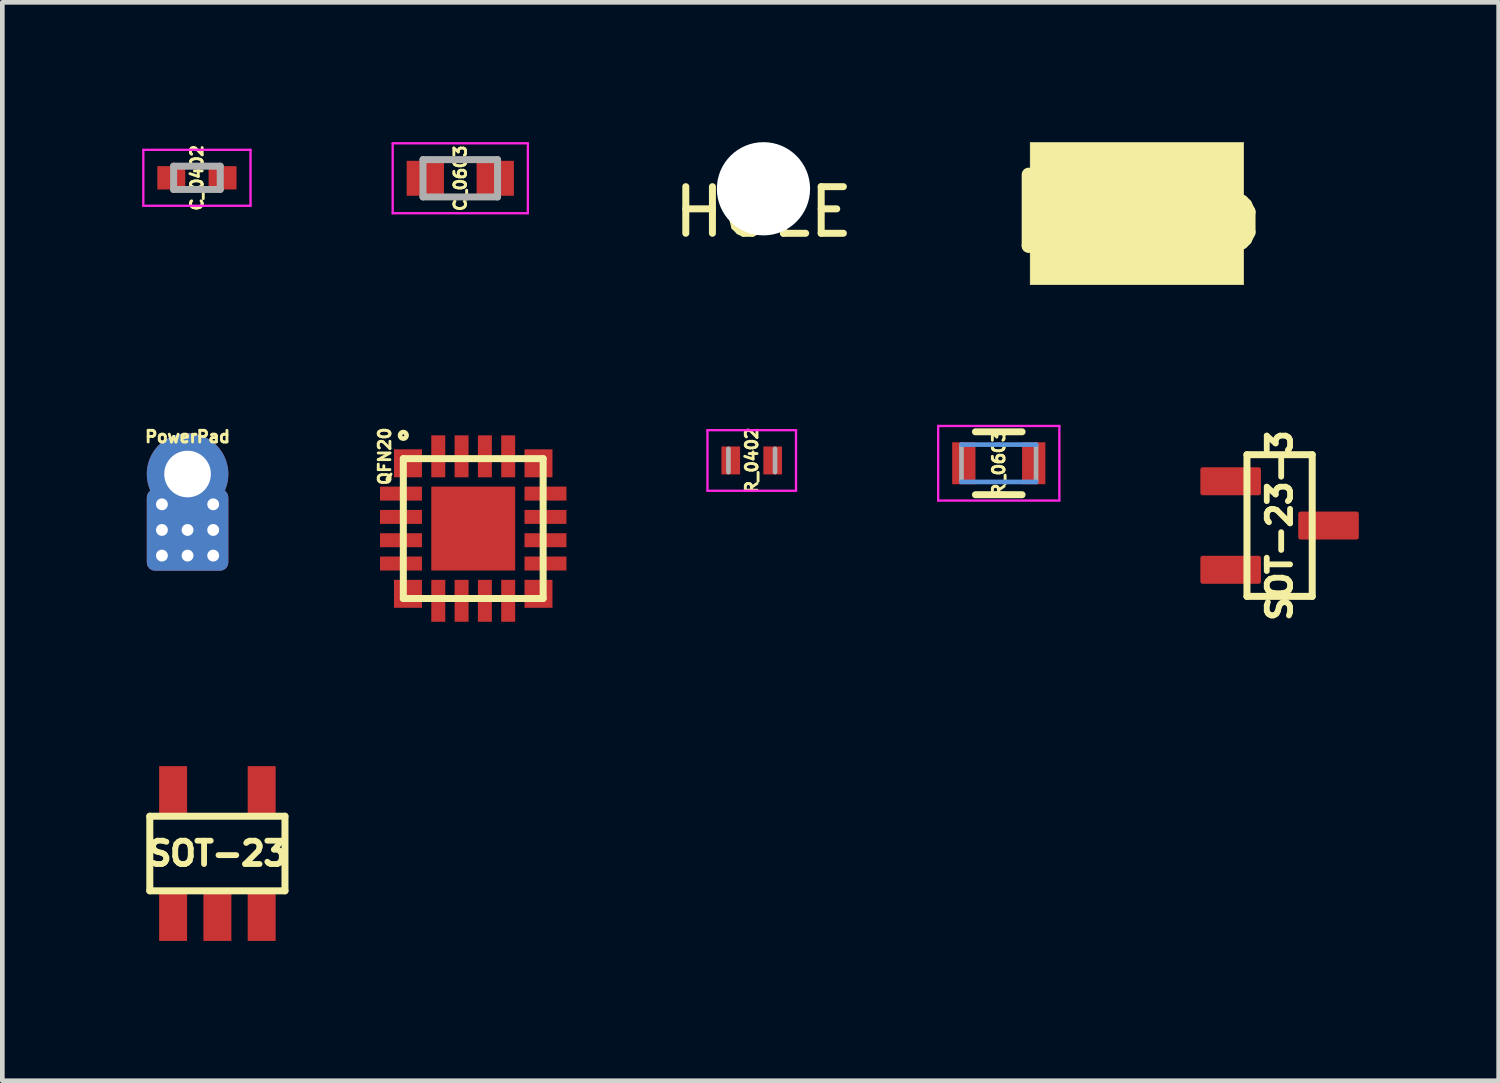
<source format=kicad_pcb>
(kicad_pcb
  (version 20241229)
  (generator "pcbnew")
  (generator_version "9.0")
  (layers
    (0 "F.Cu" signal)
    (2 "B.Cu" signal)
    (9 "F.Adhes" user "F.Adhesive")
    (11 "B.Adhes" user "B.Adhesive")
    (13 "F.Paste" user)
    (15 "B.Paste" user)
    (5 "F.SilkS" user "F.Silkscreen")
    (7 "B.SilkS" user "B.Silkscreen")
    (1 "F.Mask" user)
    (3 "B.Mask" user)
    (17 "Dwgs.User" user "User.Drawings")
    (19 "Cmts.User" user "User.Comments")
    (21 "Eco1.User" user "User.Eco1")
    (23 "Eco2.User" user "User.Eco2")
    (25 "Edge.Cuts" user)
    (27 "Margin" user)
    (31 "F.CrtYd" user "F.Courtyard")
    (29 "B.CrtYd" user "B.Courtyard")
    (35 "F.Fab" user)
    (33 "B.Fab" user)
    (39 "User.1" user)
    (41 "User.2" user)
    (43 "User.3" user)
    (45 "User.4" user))
  (footprint "C_0603"
    (layer "F.Cu")
    (at 6.825 0.775)
    (property "Reference" "C_0603" (at 0 0 90) (layer "F.SilkS") (effects (font (size 0.25 0.25) (thickness 0.062))))
    (attr smd)
    (fp_line (start -1.45 -0.75) (end -1.45 0.75) (stroke (width 0.05) (type solid)) (layer "F.CrtYd"))
    (fp_line (start -1.45 -0.75) (end 1.45 -0.75) (stroke (width 0.05) (type solid)) (layer "F.CrtYd"))
    (fp_line (start -1.45 0.75) (end 1.45 0.75) (stroke (width 0.05) (type solid)) (layer "F.CrtYd"))
    (fp_line (start 1.45 -0.75) (end 1.45 0.75) (stroke (width 0.05) (type solid)) (layer "F.CrtYd"))
    (fp_line (start -0.8 -0.4) (end 0.8 -0.4) (stroke (width 0.15) (type solid)) (layer "F.Fab"))
    (fp_line (start -0.8 0.4) (end -0.8 -0.4) (stroke (width 0.15) (type solid)) (layer "F.Fab"))
    (fp_line (start 0.8 -0.4) (end 0.8 0.4) (stroke (width 0.15) (type solid)) (layer "F.Fab"))
    (fp_line (start 0.8 0.4) (end -0.8 0.4) (stroke (width 0.15) (type solid)) (layer "F.Fab"))
    (pad "1" smd rect (at -0.75 0) (size 0.8 0.75) (layers "F.Cu" "F.Mask" "F.Paste"))
    (pad "2" smd rect (at 0.75 0) (size 0.8 0.75) (layers "F.Cu" "F.Mask" "F.Paste")))
  (footprint "QFN20"
    (layer "F.Cu")
    (at 7.103 8.29)
    (property "Reference" "QFN20" (at -1.9 -1.55 90) (layer "F.SilkS") (effects (font (size 0.25 0.25) (thickness 0.062))))
    (attr through_hole)
    (fp_line (start -1.5 -1.5) (end -1.5 1.5) (stroke (width 0.15) (type solid)) (layer "F.SilkS"))
    (fp_line (start -1.5 1.5) (end 1.5 1.5) (stroke (width 0.15) (type solid)) (layer "F.SilkS"))
    (fp_line (start 1.5 -1.5) (end -1.5 -1.5) (stroke (width 0.15) (type solid)) (layer "F.SilkS"))
    (fp_line (start 1.5 1.5) (end 1.5 -1.5) (stroke (width 0.15) (type solid)) (layer "F.SilkS"))
    (fp_circle (center -1.5 -2) (end -1.45 -1.95) (stroke (width 0.1) (type solid)) (fill no) (layer "F.SilkS"))
    (pad "1" smd rect (at -1.4 -1.4) (size 0.6 0.6) (layers "F.Cu" "F.Mask" "F.Paste"))
    (pad "2" smd rect (at -1.55 -0.75) (size 0.9 0.3) (layers "F.Cu" "F.Mask" "F.Paste"))
    (pad "3" smd rect (at -1.55 -0.25) (size 0.9 0.3) (layers "F.Cu" "F.Mask" "F.Paste"))
    (pad "4" smd rect (at -1.55 0.25) (size 0.9 0.3) (layers "F.Cu" "F.Mask" "F.Paste"))
    (pad "5" smd rect (at -1.55 0.75) (size 0.9 0.3) (layers "F.Cu" "F.Mask" "F.Paste"))
    (pad "6" smd rect (at -1.4 1.4) (size 0.6 0.6) (layers "F.Cu" "F.Mask" "F.Paste"))
    (pad "7" smd rect (at -0.75 1.55) (size 0.3 0.9) (layers "F.Cu" "F.Mask" "F.Paste"))
    (pad "8" smd rect (at -0.25 1.55) (size 0.3 0.9) (layers "F.Cu" "F.Mask" "F.Paste"))
    (pad "9" smd rect (at 0.25 1.55) (size 0.3 0.9) (layers "F.Cu" "F.Mask" "F.Paste"))
    (pad "10" smd rect (at 0.75 1.55) (size 0.3 0.9) (layers "F.Cu" "F.Mask" "F.Paste"))
    (pad "11" smd rect (at 1.4 1.4) (size 0.6 0.6) (layers "F.Cu" "F.Mask" "F.Paste"))
    (pad "12" smd rect (at 1.55 0.75) (size 0.9 0.3) (layers "F.Cu" "F.Mask" "F.Paste"))
    (pad "13" smd rect (at 1.55 0.25) (size 0.9 0.3) (layers "F.Cu" "F.Mask" "F.Paste"))
    (pad "14" smd rect (at 1.55 -0.25) (size 0.9 0.3) (layers "F.Cu" "F.Mask" "F.Paste"))
    (pad "15" smd rect (at 1.55 -0.75) (size 0.9 0.3) (layers "F.Cu" "F.Mask" "F.Paste"))
    (pad "16" smd rect (at 1.4 -1.4) (size 0.6 0.6) (layers "F.Cu" "F.Mask" "F.Paste"))
    (pad "17" smd rect (at 0.75 -1.55) (size 0.3 0.9) (layers "F.Cu" "F.Mask" "F.Paste"))
    (pad "18" smd rect (at 0.25 -1.55) (size 0.3 0.9) (layers "F.Cu" "F.Mask" "F.Paste"))
    (pad "19" smd rect (at -0.25 -1.55) (size 0.3 0.9) (layers "F.Cu" "F.Mask" "F.Paste"))
    (pad "20" smd rect (at -0.75 -1.55) (size 0.3 0.9) (layers "F.Cu" "F.Mask" "F.Paste"))
    (pad "21" smd rect (at 0 0) (size 1.8 1.8) (layers "F.Cu" "F.Mask" "F.Paste")))
  (footprint "C_0402"
    (layer "F.Cu")
    (at 1.175 0.765)
    (property "Reference" "C_0402" (at 0 0 90) (layer "F.SilkS") (effects (font (size 0.25 0.25) (thickness 0.062))))
    (attr smd)
    (fp_line (start -1.15 -0.6) (end -1.15 0.6) (stroke (width 0.05) (type solid)) (layer "F.CrtYd"))
    (fp_line (start -1.15 -0.6) (end 1.15 -0.6) (stroke (width 0.05) (type solid)) (layer "F.CrtYd"))
    (fp_line (start -1.15 0.6) (end 1.15 0.6) (stroke (width 0.05) (type solid)) (layer "F.CrtYd"))
    (fp_line (start 1.15 -0.6) (end 1.15 0.6) (stroke (width 0.05) (type solid)) (layer "F.CrtYd"))
    (fp_line (start -0.5 -0.25) (end 0.5 -0.25) (stroke (width 0.15) (type solid)) (layer "F.Fab"))
    (fp_line (start -0.5 0.25) (end -0.5 -0.25) (stroke (width 0.15) (type solid)) (layer "F.Fab"))
    (fp_line (start 0.5 -0.25) (end 0.5 0.25) (stroke (width 0.15) (type solid)) (layer "F.Fab"))
    (fp_line (start 0.5 0.25) (end -0.5 0.25) (stroke (width 0.15) (type solid)) (layer "F.Fab"))
    (pad "1" smd rect (at -0.55 0) (size 0.6 0.5) (layers "F.Cu" "F.Mask" "F.Paste"))
    (pad "2" smd rect (at 0.55 0) (size 0.6 0.5) (layers "F.Cu" "F.Mask" "F.Paste")))
  (footprint "R_0603"
    (layer "F.Cu")
    (at 18.378 6.889)
    (property "Reference" "R_0603" (at 0 0 270) (layer "F.SilkS") (effects (font (size 0.25 0.25) (thickness 0.062))))
    (attr smd)
    (fp_line (start -0.5 -0.675) (end 0.5 -0.675) (stroke (width 0.15) (type solid)) (layer "F.SilkS"))
    (fp_line (start 0.5 0.675) (end -0.5 0.675) (stroke (width 0.15) (type solid)) (layer "F.SilkS"))
    (fp_line (start -0.8 -0.4) (end 0.8 -0.4) (stroke (width 0.1) (type solid)) (layer "Cmts.User"))
    (fp_line (start 0.8 0.4) (end -0.8 0.4) (stroke (width 0.1) (type solid)) (layer "Cmts.User"))
    (fp_line (start -1.3 -0.8) (end -1.3 0.8) (stroke (width 0.05) (type solid)) (layer "F.CrtYd"))
    (fp_line (start -1.3 -0.8) (end 1.3 -0.8) (stroke (width 0.05) (type solid)) (layer "F.CrtYd"))
    (fp_line (start -1.3 0.8) (end 1.3 0.8) (stroke (width 0.05) (type solid)) (layer "F.CrtYd"))
    (fp_line (start 1.3 -0.8) (end 1.3 0.8) (stroke (width 0.05) (type solid)) (layer "F.CrtYd"))
    (fp_line (start -0.8 0.4) (end -0.8 -0.4) (stroke (width 0.1) (type solid)) (layer "F.Fab"))
    (fp_line (start 0.8 -0.4) (end 0.8 0.4) (stroke (width 0.1) (type solid)) (layer "F.Fab"))
    (pad "1" smd rect (at -0.75 0) (size 0.5 0.9) (layers "F.Cu" "F.Mask" "F.Paste"))
    (pad "2" smd rect (at 0.75 0) (size 0.5 0.9) (layers "F.Cu" "F.Mask" "F.Paste")))
  (footprint "HOLE"
    (layer "F.Cu")
    (at 13.33 1)
    (property "Reference" "HOLE" (at 0 0.5 0) (layer "F.SilkS") (effects (font (size 1 1) (thickness 0.15))))
    (attr through_hole)
    (pad "" np_thru_hole circle (at 0 0) (size 2 2) (drill 2) (layers "*.Cu" "*.Mask")))
  (footprint "SOT-23-3"
    (layer "F.Cu")
    (at 24.403 8.225)
    (property "Reference" "SOT-23-3" (at 0 0 90) (layer "F.SilkS") (effects (font (size 0.5 0.5) (thickness 0.125))))
    (attr through_hole)
    (fp_line (start -0.7 -1.52) (end -0.7 1.52) (stroke (width 0.15) (type solid)) (layer "F.SilkS"))
    (fp_line (start -0.7 -1.52) (end 0.7 -1.52) (stroke (width 0.15) (type solid)) (layer "F.SilkS"))
    (fp_line (start -0.7 1.52) (end 0.7 1.52) (stroke (width 0.15) (type solid)) (layer "F.SilkS"))
    (fp_line (start 0.7 1.52) (end 0.7 -1.52) (stroke (width 0.15) (type solid)) (layer "F.SilkS"))
    (pad "1" smd roundrect (at -1.05 -0.95) (size 1.3 0.6) (layers "F.Cu" "F.Mask" "F.Paste") (roundrect_rratio 0.083))
    (pad "2" smd roundrect (at -1.05 0.95) (size 1.3 0.6) (layers "F.Cu" "F.Mask" "F.Paste") (roundrect_rratio 0.083))
    (pad "3" smd roundrect (at 1.05 0) (size 1.3 0.6) (layers "F.Cu" "F.Mask" "F.Paste") (roundrect_rratio 0.083)))
  (footprint "R_0402"
    (layer "F.Cu")
    (at 13.078 6.829)
    (property "Reference" "R_0402" (at 0 0 270) (layer "F.SilkS") (effects (font (size 0.25 0.25) (thickness 0.062))))
    (attr smd)
    (fp_line (start -0.95 -0.65) (end -0.95 0.65) (stroke (width 0.05) (type solid)) (layer "F.CrtYd"))
    (fp_line (start -0.95 -0.65) (end 0.95 -0.65) (stroke (width 0.05) (type solid)) (layer "F.CrtYd"))
    (fp_line (start -0.95 0.65) (end 0.95 0.65) (stroke (width 0.05) (type solid)) (layer "F.CrtYd"))
    (fp_line (start 0.95 -0.65) (end 0.95 0.65) (stroke (width 0.05) (type solid)) (layer "F.CrtYd"))
    (fp_line (start -0.5 0.25) (end -0.5 -0.25) (stroke (width 0.1) (type solid)) (layer "F.Fab"))
    (fp_line (start 0.5 -0.25) (end 0.5 0.25) (stroke (width 0.1) (type solid)) (layer "F.Fab"))
    (pad "1" smd rect (at -0.45 0) (size 0.4 0.6) (layers "F.Cu" "F.Mask" "F.Paste"))
    (pad "2" smd rect (at 0.45 0) (size 0.4 0.6) (layers "F.Cu" "F.Mask" "F.Paste")))
  (footprint "Logo"
    (layer "F.Cu")
    (at 21.342 1.532)
    (property "Reference" "Logo" (at 0 0 0) (layer "F.SilkS") (effects (font (size 1.524 1.524) (thickness 0.3))))
    (attr through_hole)
    (fp_poly (pts (xy 2.291 1.527) (xy -2.291 1.527) (xy -2.291 -1.527) (xy 2.291 -1.527) (xy 2.291 1.527)) (stroke (width 0.01) (type solid)) (fill yes) (layer "F.SilkS")))
  (footprint "SOT-23"
    (layer "F.Cu")
    (at 1.614 15.262)
    (property "Reference" "SOT-23" (at 0 0 0) (layer "F.SilkS") (effects (font (size 0.5 0.5) (thickness 0.125))))
    (attr through_hole)
    (fp_line (start -1.45 -0.8) (end -1.45 0.8) (stroke (width 0.15) (type solid)) (layer "F.SilkS"))
    (fp_line (start -1.45 -0.8) (end 1.45 -0.8) (stroke (width 0.15) (type solid)) (layer "F.SilkS"))
    (fp_line (start -1.45 0.8) (end 1.45 0.8) (stroke (width 0.15) (type solid)) (layer "F.SilkS"))
    (fp_line (start 1.45 -0.8) (end 1.45 0.8) (stroke (width 0.15) (type solid)) (layer "F.SilkS"))
    (pad "1" smd rect (at -0.95 1.35) (size 0.6 1.05) (layers "F.Cu" "F.Mask" "F.Paste"))
    (pad "2" smd rect (at 0 1.35) (size 0.6 1.05) (layers "F.Cu" "F.Mask" "F.Paste"))
    (pad "3" smd rect (at 0.95 1.35) (size 0.6 1.05) (layers "F.Cu" "F.Mask" "F.Paste"))
    (pad "4" smd rect (at 0.95 -1.35) (size 0.6 1.05) (layers "F.Cu" "F.Mask" "F.Paste"))
    (pad "5" smd rect (at -0.95 -1.35) (size 0.6 1.05) (layers "F.Cu" "F.Mask" "F.Paste")))
  (footprint "PowerPad"
    (layer "F.Cu")
    (at 0.974 8.32)
    (property "Reference" "PowerPad" (at 0 -2 0) (layer "F.SilkS") (effects (font (size 0.25 0.25) (thickness 0.062))))
    (attr through_hole)
    (pad "~" thru_hole circle (at -0.55 -0.55) (size 0.508 0.508) (drill 0.254) (layers "*.Cu" "*.Mask"))
    (pad "~" thru_hole circle (at -0.55 0) (size 0.508 0.508) (drill 0.254) (layers "*.Cu" "*.Mask"))
    (pad "~" thru_hole circle (at -0.55 0.55) (size 0.508 0.508) (drill 0.254) (layers "*.Cu" "*.Mask"))
    (pad "~" thru_hole circle (at 0 -1.2) (size 1.75 1.75) (drill 1) (layers "*.Cu" "*.Mask"))
    (pad "~" thru_hole circle (at 0 0) (size 0.508 0.508) (drill 0.254) (layers "*.Cu" "*.Mask"))
    (pad "~" smd roundrect (at 0 0) (size 1.75 1.75) (layers "F.Cu" "F.Mask") (roundrect_rratio 0.1))
    (pad "~" smd roundrect (at 0 0) (size 1.75 1.75) (layers "B.Cu" "B.Mask") (roundrect_rratio 0.1))
    (pad "~" thru_hole circle (at 0 0.55) (size 0.508 0.508) (drill 0.254) (layers "*.Cu" "*.Mask"))
    (pad "~" thru_hole circle (at 0.55 -0.55) (size 0.508 0.508) (drill 0.254) (layers "*.Cu" "*.Mask"))
    (pad "~" thru_hole circle (at 0.55 0) (size 0.508 0.508) (drill 0.254) (layers "*.Cu" "*.Mask"))
    (pad "~" thru_hole circle (at 0.55 0.55) (size 0.508 0.508) (drill 0.254) (layers "*.Cu" "*.Mask")))
  (gr_rect
    (start -3 -3)
    (end 29.103 20.137)
    (stroke (width 0.1) (type default))
    (fill no)
    (layer "Edge.Cuts")))
</source>
